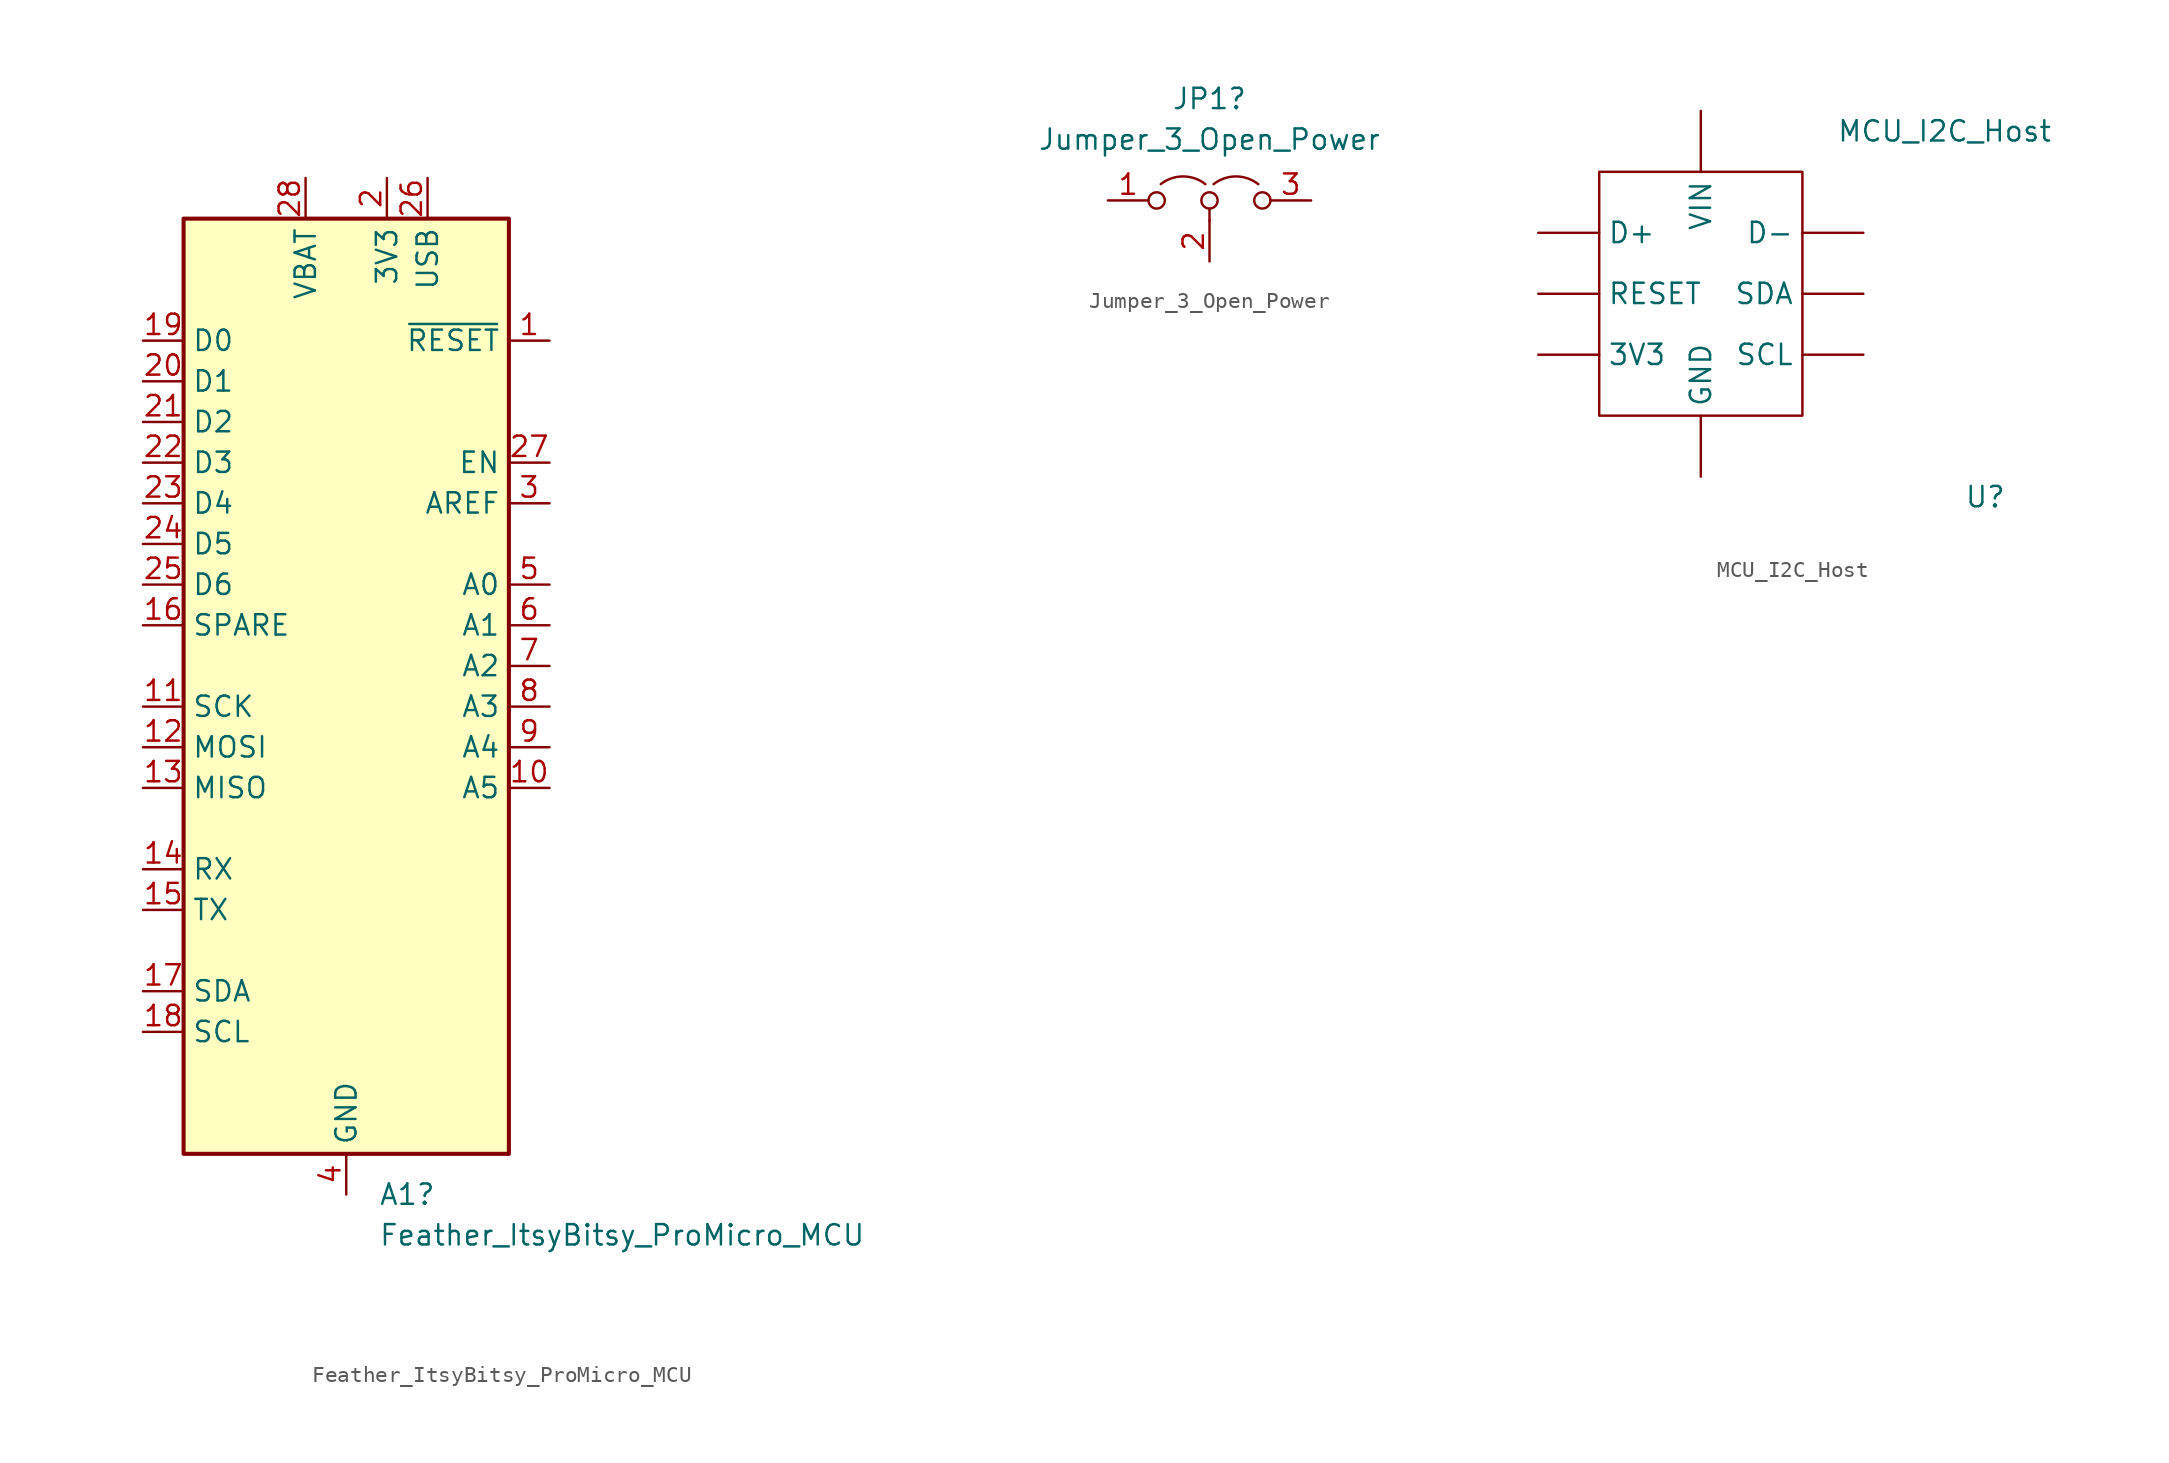
<source format=kicad_sym>
(kicad_symbol_lib
  (version 20211014)
  (generator kicad_symbol_editor)
  (symbol "Feather_ItsyBitsy_ProMicro_MCU"
    (property "Reference" "A1"
      (at 2.019 -33.02 0)
      (effects (font (size 1.27 1.27)) (justify left)))
    (property "Value" "Feather_ItsyBitsy_ProMicro_MCU"
      (at 2.019 -35.56 0)
      (effects (font (size 1.27 1.27)) (justify left)))
    (symbol "Feather_ItsyBitsy_ProMicro_MCU_0_1"
      (rectangle (start -10.16 27.94) (end 10.16 -30.48) (stroke (width 0.254) (type default) (color 0 0 0 0)) (fill (type background))))
    (symbol "Feather_ItsyBitsy_ProMicro_MCU_1_1"
      (pin input line (at 12.7 20.32 180) (length 2.54) (name "~{RESET}" (effects (font (size 1.27 1.27)))) (number "1" (effects (font (size 1.27 1.27)))))
      (pin bidirectional line (at 12.7 -7.62 180) (length 2.54) (name "A5" (effects (font (size 1.27 1.27)))) (number "10" (effects (font (size 1.27 1.27)))))
      (pin bidirectional line (at -12.7 -2.54 0) (length 2.54) (name "SCK" (effects (font (size 1.27 1.27)))) (number "11" (effects (font (size 1.27 1.27)))))
      (pin bidirectional line (at -12.7 -5.08 0) (length 2.54) (name "MOSI" (effects (font (size 1.27 1.27)))) (number "12" (effects (font (size 1.27 1.27)))))
      (pin bidirectional line (at -12.7 -7.62 0) (length 2.54) (name "MISO" (effects (font (size 1.27 1.27)))) (number "13" (effects (font (size 1.27 1.27)))))
      (pin bidirectional line (at -12.7 -12.7 0) (length 2.54) (name "RX" (effects (font (size 1.27 1.27)))) (number "14" (effects (font (size 1.27 1.27)))))
      (pin bidirectional line (at -12.7 -15.24 0) (length 2.54) (name "TX" (effects (font (size 1.27 1.27)))) (number "15" (effects (font (size 1.27 1.27)))))
      (pin bidirectional line (at -12.7 2.54 0) (length 2.54) (name "SPARE" (effects (font (size 1.27 1.27)))) (number "16" (effects (font (size 1.27 1.27)))))
      (pin bidirectional line (at -12.7 -20.32 0) (length 2.54) (name "SDA" (effects (font (size 1.27 1.27)))) (number "17" (effects (font (size 1.27 1.27)))))
      (pin bidirectional line (at -12.7 -22.86 0) (length 2.54) (name "SCL" (effects (font (size 1.27 1.27)))) (number "18" (effects (font (size 1.27 1.27)))))
      (pin bidirectional line (at -12.7 20.32 0) (length 2.54) (name "D0" (effects (font (size 1.27 1.27)))) (number "19" (effects (font (size 1.27 1.27)))))
      (pin power_out line (at 2.54 30.48 270) (length 2.54) (name "3V3" (effects (font (size 1.27 1.27)))) (number "2" (effects (font (size 1.27 1.27)))))
      (pin bidirectional line (at -12.7 17.78 0) (length 2.54) (name "D1" (effects (font (size 1.27 1.27)))) (number "20" (effects (font (size 1.27 1.27)))))
      (pin bidirectional line (at -12.7 15.24 0) (length 2.54) (name "D2" (effects (font (size 1.27 1.27)))) (number "21" (effects (font (size 1.27 1.27)))))
      (pin bidirectional line (at -12.7 12.7 0) (length 2.54) (name "D3" (effects (font (size 1.27 1.27)))) (number "22" (effects (font (size 1.27 1.27)))))
      (pin bidirectional line (at -12.7 10.16 0) (length 2.54) (name "D4" (effects (font (size 1.27 1.27)))) (number "23" (effects (font (size 1.27 1.27)))))
      (pin bidirectional line (at -12.7 7.62 0) (length 2.54) (name "D5" (effects (font (size 1.27 1.27)))) (number "24" (effects (font (size 1.27 1.27)))))
      (pin bidirectional line (at -12.7 5.08 0) (length 2.54) (name "D6" (effects (font (size 1.27 1.27)))) (number "25" (effects (font (size 1.27 1.27)))))
      (pin power_in line (at 5.08 30.48 270) (length 2.54) (name "USB" (effects (font (size 1.27 1.27)))) (number "26" (effects (font (size 1.27 1.27)))))
      (pin input line (at 12.7 12.7 180) (length 2.54) (name "EN" (effects (font (size 1.27 1.27)))) (number "27" (effects (font (size 1.27 1.27)))))
      (pin power_in line (at -2.54 30.48 270) (length 2.54) (name "VBAT" (effects (font (size 1.27 1.27)))) (number "28" (effects (font (size 1.27 1.27)))))
      (pin input line (at 12.7 10.16 180) (length 2.54) (name "AREF" (effects (font (size 1.27 1.27)))) (number "3" (effects (font (size 1.27 1.27)))))
      (pin power_in line (at 0 -33.02 90) (length 2.54) (name "GND" (effects (font (size 1.27 1.27)))) (number "4" (effects (font (size 1.27 1.27)))))
      (pin bidirectional line (at 12.7 5.08 180) (length 2.54) (name "A0" (effects (font (size 1.27 1.27)))) (number "5" (effects (font (size 1.27 1.27)))))
      (pin bidirectional line (at 12.7 2.54 180) (length 2.54) (name "A1" (effects (font (size 1.27 1.27)))) (number "6" (effects (font (size 1.27 1.27)))))
      (pin bidirectional line (at 12.7 0 180) (length 2.54) (name "A2" (effects (font (size 1.27 1.27)))) (number "7" (effects (font (size 1.27 1.27)))))
      (pin bidirectional line (at 12.7 -2.54 180) (length 2.54) (name "A3" (effects (font (size 1.27 1.27)))) (number "8" (effects (font (size 1.27 1.27)))))
      (pin bidirectional line (at 12.7 -5.08 180) (length 2.54) (name "A4" (effects (font (size 1.27 1.27)))) (number "9" (effects (font (size 1.27 1.27)))))))
  (symbol "Jumper_3_Open_Power"
    (pin_names
      (offset 0) hide)
    (property "Reference" "JP1"
      (at 0 6.35 0)
      (effects (font (size 1.27 1.27))))
    (property "Value" "Jumper_3_Open_Power"
      (at 0 3.81 0)
      (effects (font (size 1.27 1.27))))
    (symbol "Jumper_3_Open_Power_0_0"
      (circle (center -3.302 0) (radius 0.508) (stroke (width 0) (type default) (color 0 0 0 0)) (fill (type none)))
      (circle (center 0 0) (radius 0.508) (stroke (width 0) (type default) (color 0 0 0 0)) (fill (type none)))
      (circle (center 3.302 0) (radius 0.508) (stroke (width 0) (type default) (color 0 0 0 0)) (fill (type none))))
    (symbol "Jumper_3_Open_Power_0_1"
      (arc (start -0.254 1.016) (mid -1.651 1.4992) (end -3.048 1.016) (stroke (width 0) (type default) (color 0 0 0 0)) (fill (type none)))
      (polyline (pts (xy 0 -0.508) (xy 0 -1.27)) (stroke (width 0) (type default) (color 0 0 0 0)) (fill (type none)))
      (arc (start 3.048 1.016) (mid 1.651 1.4992) (end 0.254 1.016) (stroke (width 0) (type default) (color 0 0 0 0)) (fill (type none))))
    (symbol "Jumper_3_Open_Power_1_1"
      (pin power_out line (at -6.35 0 0) (length 2.54) (name "A" (effects (font (size 1.27 1.27)))) (number "1" (effects (font (size 1.27 1.27)))))
      (pin power_in line (at 0 -3.81 90) (length 2.54) (name "C" (effects (font (size 1.27 1.27)))) (number "2" (effects (font (size 1.27 1.27)))))
      (pin power_out line (at 6.35 0 180) (length 2.54) (name "B" (effects (font (size 1.27 1.27)))) (number "3" (effects (font (size 1.27 1.27)))))))
  (symbol "MCU_I2C_Host"
    (property "Reference" "U"
      (at 17.78 -11.43 0)
      (effects (font (size 1.27 1.27))))
    (property "Value" "MCU_I2C_Host"
      (at 15.24 11.43 0)
      (effects (font (size 1.27 1.27))))
    (symbol "MCU_I2C_Host_0_1"
      (rectangle (start -6.35 8.89) (end 6.35 -6.35) (stroke (width 0) (type default) (color 0 0 0 0)) (fill (type none))))
    (symbol "MCU_I2C_Host_1_1"
      (pin power_out line (at -10.16 -2.54 0) (length 3.81) (name "3V3" (effects (font (size 1.27 1.27)))) (number "" (effects (font (size 1.27 1.27)))))
      (pin bidirectional line (at -10.16 5.08 0) (length 3.81) (name "D+" (effects (font (size 1.27 1.27)))) (number "" (effects (font (size 1.27 1.27)))))
      (pin bidirectional line (at 10.16 5.08 180) (length 3.81) (name "D-" (effects (font (size 1.27 1.27)))) (number "" (effects (font (size 1.27 1.27)))))
      (pin power_in line (at 0 -10.16 90) (length 3.81) (name "GND" (effects (font (size 1.27 1.27)))) (number "" (effects (font (size 1.27 1.27)))))
      (pin bidirectional line (at -10.16 1.27 0) (length 3.81) (name "RESET" (effects (font (size 1.27 1.27)))) (number "" (effects (font (size 1.27 1.27)))))
      (pin bidirectional line (at 10.16 -2.54 180) (length 3.81) (name "SCL" (effects (font (size 1.27 1.27)))) (number "" (effects (font (size 1.27 1.27)))))
      (pin bidirectional line (at 10.16 1.27 180) (length 3.81) (name "SDA" (effects (font (size 1.27 1.27)))) (number "" (effects (font (size 1.27 1.27)))))
      (pin power_in line (at 0 12.7 270) (length 3.81) (name "VIN" (effects (font (size 1.27 1.27)))) (number "" (effects (font (size 1.27 1.27))))))))
</source>
